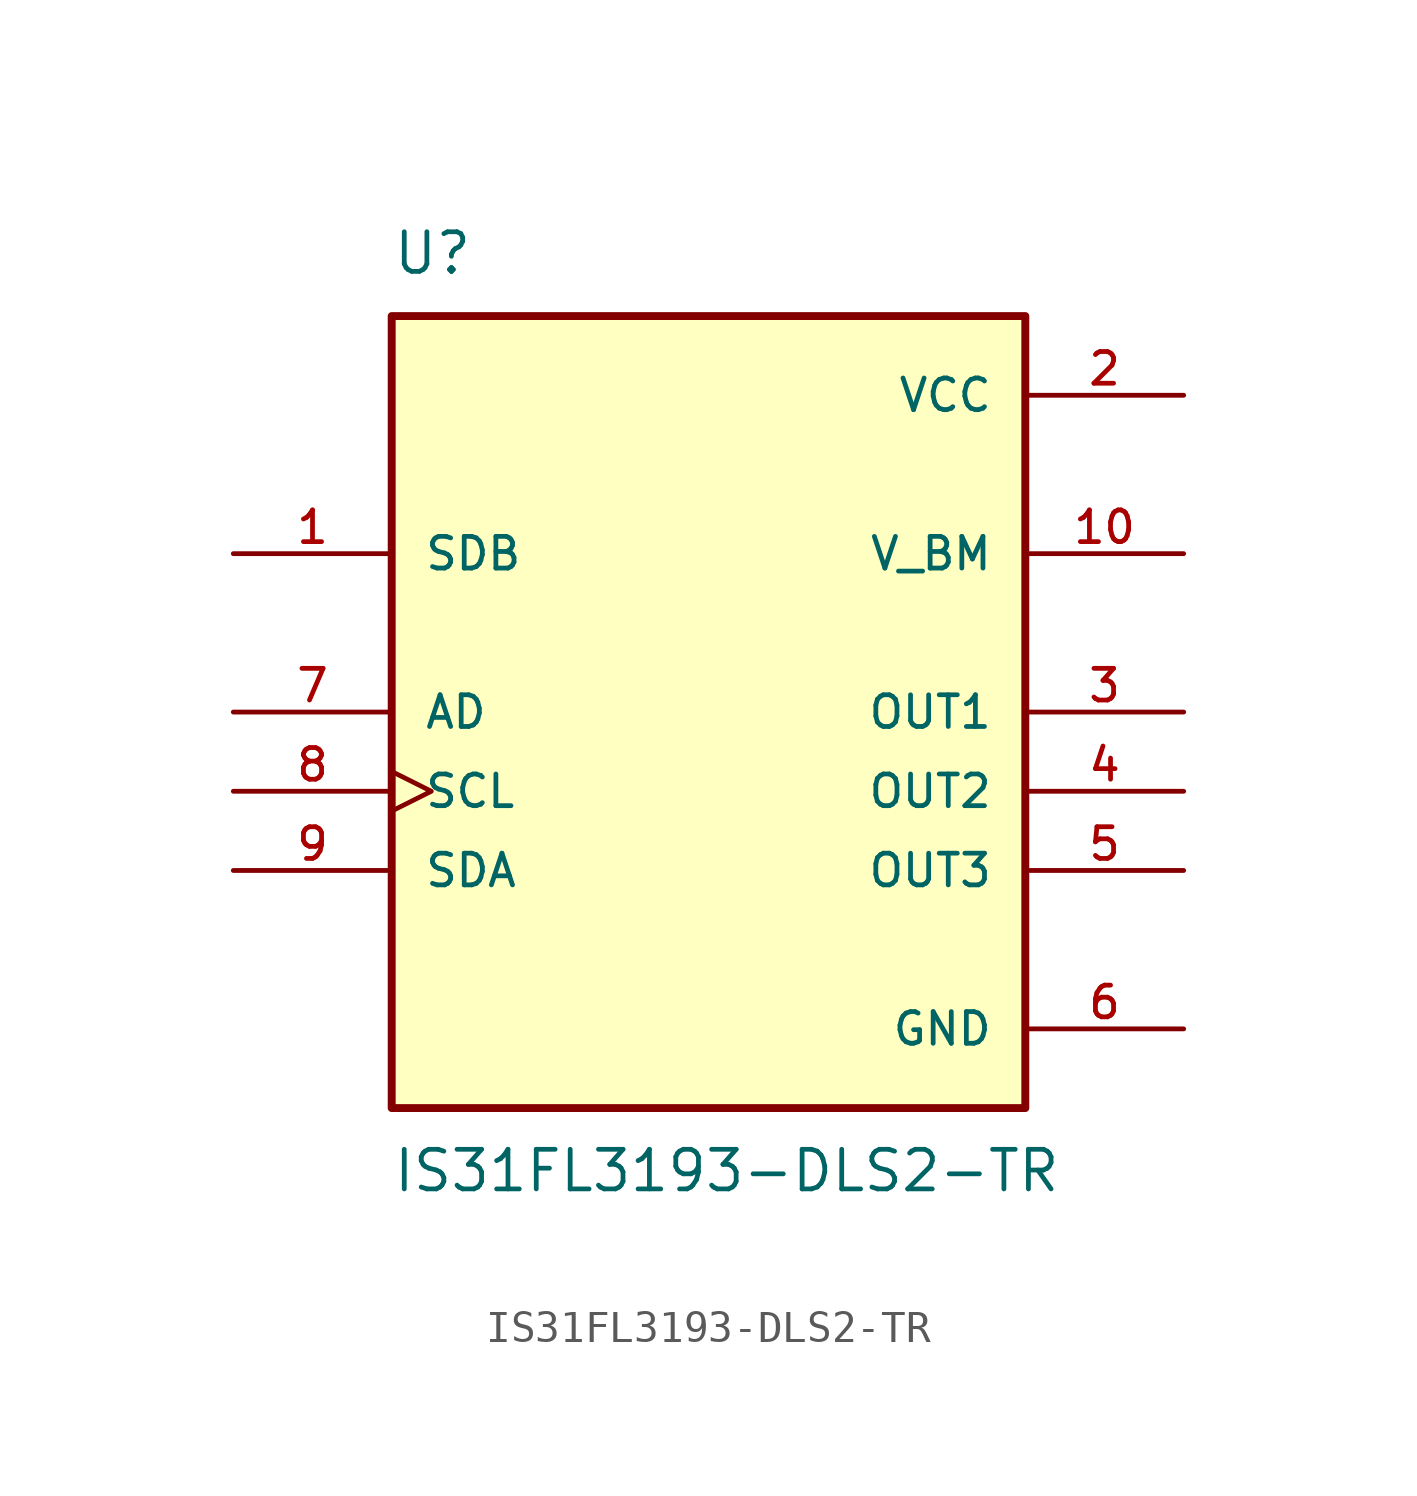
<source format=kicad_sym>
(kicad_symbol_lib
  (version 20211014)
  (generator kicad_symbol_editor)
  (symbol "IS31FL3193-DLS2-TR"
    (pin_names
      (offset 1.016))
    (property "Reference" "U"
      (at -10.16 13.97 0)
      (effects (font (size 1.27 1.27)) (justify bottom left)))
    (property "Value" "IS31FL3193-DLS2-TR"
      (at -10.16 -13.97 0)
      (effects (font (size 1.27 1.27)) (justify top left)))
    (symbol "IS31FL3193-DLS2-TR_0_0"
      (rectangle (start -10.16 -12.7) (end 10.16 12.7) (stroke (width 0.254)) (fill (type background)))
      (pin input line (at -15.24 5.08 0) (length 5.08) (name "SDB" (effects (font (size 1.016 1.016)))) (number "1" (effects (font (size 1.016 1.016)))))
      (pin power_in line (at 15.24 10.16 180.0) (length 5.08) (name "VCC" (effects (font (size 1.016 1.016)))) (number "2" (effects (font (size 1.016 1.016)))))
      (pin output line (at 15.24 0.0 180.0) (length 5.08) (name "OUT1" (effects (font (size 1.016 1.016)))) (number "3" (effects (font (size 1.016 1.016)))))
      (pin output line (at 15.24 -2.54 180.0) (length 5.08) (name "OUT2" (effects (font (size 1.016 1.016)))) (number "4" (effects (font (size 1.016 1.016)))))
      (pin output line (at 15.24 -5.08 180.0) (length 5.08) (name "OUT3" (effects (font (size 1.016 1.016)))) (number "5" (effects (font (size 1.016 1.016)))))
      (pin output line (at 15.24 5.08 180.0) (length 5.08) (name "V_BM" (effects (font (size 1.016 1.016)))) (number "10" (effects (font (size 1.016 1.016)))))
      (pin bidirectional line (at -15.24 -5.08 0) (length 5.08) (name "SDA" (effects (font (size 1.016 1.016)))) (number "9" (effects (font (size 1.016 1.016)))))
      (pin input clock (at -15.24 -2.54 0) (length 5.08) (name "SCL" (effects (font (size 1.016 1.016)))) (number "8" (effects (font (size 1.016 1.016)))))
      (pin input line (at -15.24 0.0 0) (length 5.08) (name "AD" (effects (font (size 1.016 1.016)))) (number "7" (effects (font (size 1.016 1.016)))))
      (pin power_in line (at 15.24 -10.16 180.0) (length 5.08) (name "GND" (effects (font (size 1.016 1.016)))) (number "6" (effects (font (size 1.016 1.016)))))
      (pin power_in line (at 15.24 -10.16 180.0) (length 5.08) hide (name "GND" (effects (font (size 1.016 1.016)))) (number "11" (effects (font (size 1.016 1.016))))))))
</source>
